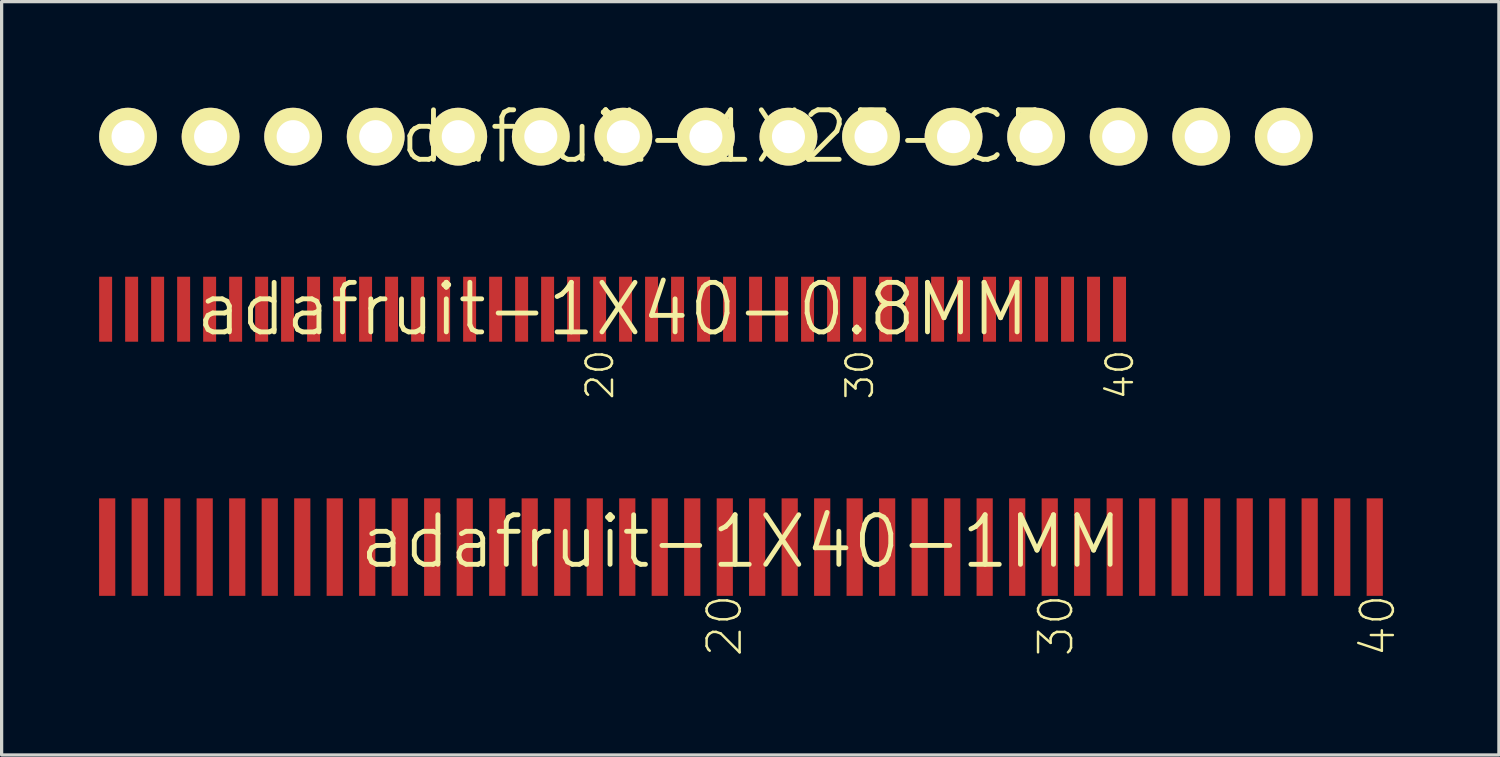
<source format=kicad_pcb>
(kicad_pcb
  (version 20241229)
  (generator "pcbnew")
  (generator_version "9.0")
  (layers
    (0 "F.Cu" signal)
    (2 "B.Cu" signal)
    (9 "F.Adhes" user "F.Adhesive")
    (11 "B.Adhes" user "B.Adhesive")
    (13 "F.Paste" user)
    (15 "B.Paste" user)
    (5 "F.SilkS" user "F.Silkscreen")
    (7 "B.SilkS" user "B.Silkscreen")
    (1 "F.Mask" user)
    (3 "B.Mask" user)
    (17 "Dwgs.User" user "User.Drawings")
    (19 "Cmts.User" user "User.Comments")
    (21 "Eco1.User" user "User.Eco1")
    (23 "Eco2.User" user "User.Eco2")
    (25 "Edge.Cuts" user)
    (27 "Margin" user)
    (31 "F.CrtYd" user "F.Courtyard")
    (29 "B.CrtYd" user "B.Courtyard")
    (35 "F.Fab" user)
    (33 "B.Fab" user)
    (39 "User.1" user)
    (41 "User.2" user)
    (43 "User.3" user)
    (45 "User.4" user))
  (footprint "adafruit-1X40-0.8MM"
    (layer "F.Cu")
    (at 15.798 6.464)
    (property "Reference" "adafruit-1X40-0.8MM" (at 0 0 0) (layer "F.SilkS") (effects (font (size 1.524 1.524) (thickness 0.15))))
    (attr smd)
    (fp_text user "20" (at -0.391 2.012 270) (layer "F.SilkS") (effects (font (size 0.813 0.813) (thickness 0.076))))
    (fp_text user "40" (at 15.606 2.012 270) (layer "F.SilkS") (effects (font (size 0.813 0.813) (thickness 0.076))))
    (fp_text user "30" (at 7.605 2.012 270) (layer "F.SilkS") (effects (font (size 0.813 0.813) (thickness 0.076))))
    (pad "1" smd rect (at -15.598 0 90) (size 1.999 0.399) (layers "F.Cu" "F.Mask" "F.Paste"))
    (pad "2" smd rect (at -14.798 0 90) (size 1.999 0.399) (layers "F.Cu" "F.Mask" "F.Paste"))
    (pad "3" smd rect (at -13.998 0 90) (size 1.999 0.399) (layers "F.Cu" "F.Mask" "F.Paste"))
    (pad "4" smd rect (at -13.198 0 90) (size 1.999 0.399) (layers "F.Cu" "F.Mask" "F.Paste"))
    (pad "5" smd rect (at -12.398 0 90) (size 1.999 0.399) (layers "F.Cu" "F.Mask" "F.Paste"))
    (pad "6" smd rect (at -11.598 0 90) (size 1.999 0.399) (layers "F.Cu" "F.Mask" "F.Paste"))
    (pad "7" smd rect (at -10.798 0 90) (size 1.999 0.399) (layers "F.Cu" "F.Mask" "F.Paste"))
    (pad "8" smd rect (at -10 0 90) (size 1.999 0.399) (layers "F.Cu" "F.Mask" "F.Paste"))
    (pad "9" smd rect (at -9.2 0 90) (size 1.999 0.399) (layers "F.Cu" "F.Mask" "F.Paste"))
    (pad "10" smd rect (at -8.4 0 90) (size 1.999 0.399) (layers "F.Cu" "F.Mask" "F.Paste"))
    (pad "11" smd rect (at -7.6 0 90) (size 1.999 0.399) (layers "F.Cu" "F.Mask" "F.Paste"))
    (pad "12" smd rect (at -6.8 0 90) (size 1.999 0.399) (layers "F.Cu" "F.Mask" "F.Paste"))
    (pad "13" smd rect (at -5.999 0 90) (size 1.999 0.399) (layers "F.Cu" "F.Mask" "F.Paste"))
    (pad "14" smd rect (at -5.199 0 90) (size 1.999 0.399) (layers "F.Cu" "F.Mask" "F.Paste"))
    (pad "15" smd rect (at -4.399 0 90) (size 1.999 0.399) (layers "F.Cu" "F.Mask" "F.Paste"))
    (pad "16" smd rect (at -3.599 0 90) (size 1.999 0.399) (layers "F.Cu" "F.Mask" "F.Paste"))
    (pad "17" smd rect (at -2.799 0 90) (size 1.999 0.399) (layers "F.Cu" "F.Mask" "F.Paste"))
    (pad "18" smd rect (at -1.999 0 90) (size 1.999 0.399) (layers "F.Cu" "F.Mask" "F.Paste"))
    (pad "19" smd rect (at -1.199 0 90) (size 1.999 0.399) (layers "F.Cu" "F.Mask" "F.Paste"))
    (pad "20" smd rect (at -0.399 0 90) (size 1.999 0.399) (layers "F.Cu" "F.Mask" "F.Paste"))
    (pad "21" smd rect (at 0.399 0 90) (size 1.999 0.399) (layers "F.Cu" "F.Mask" "F.Paste"))
    (pad "22" smd rect (at 1.199 0 90) (size 1.999 0.399) (layers "F.Cu" "F.Mask" "F.Paste"))
    (pad "23" smd rect (at 1.999 0 90) (size 1.999 0.399) (layers "F.Cu" "F.Mask" "F.Paste"))
    (pad "24" smd rect (at 2.799 0 90) (size 1.999 0.399) (layers "F.Cu" "F.Mask" "F.Paste"))
    (pad "25" smd rect (at 3.599 0 90) (size 1.999 0.399) (layers "F.Cu" "F.Mask" "F.Paste"))
    (pad "26" smd rect (at 4.399 0 90) (size 1.999 0.399) (layers "F.Cu" "F.Mask" "F.Paste"))
    (pad "27" smd rect (at 5.199 0 90) (size 1.999 0.399) (layers "F.Cu" "F.Mask" "F.Paste"))
    (pad "28" smd rect (at 5.999 0 90) (size 1.999 0.399) (layers "F.Cu" "F.Mask" "F.Paste"))
    (pad "29" smd rect (at 6.8 0 90) (size 1.999 0.399) (layers "F.Cu" "F.Mask" "F.Paste"))
    (pad "30" smd rect (at 7.6 0 90) (size 1.999 0.399) (layers "F.Cu" "F.Mask" "F.Paste"))
    (pad "31" smd rect (at 8.4 0 90) (size 1.999 0.399) (layers "F.Cu" "F.Mask" "F.Paste"))
    (pad "32" smd rect (at 9.2 0 90) (size 1.999 0.399) (layers "F.Cu" "F.Mask" "F.Paste"))
    (pad "33" smd rect (at 10 0 90) (size 1.999 0.399) (layers "F.Cu" "F.Mask" "F.Paste"))
    (pad "34" smd rect (at 10.798 0 90) (size 1.999 0.399) (layers "F.Cu" "F.Mask" "F.Paste"))
    (pad "35" smd rect (at 11.598 0 90) (size 1.999 0.399) (layers "F.Cu" "F.Mask" "F.Paste"))
    (pad "36" smd rect (at 12.398 0 90) (size 1.999 0.399) (layers "F.Cu" "F.Mask" "F.Paste"))
    (pad "37" smd rect (at 13.198 0 90) (size 1.999 0.399) (layers "F.Cu" "F.Mask" "F.Paste"))
    (pad "38" smd rect (at 13.998 0 90) (size 1.999 0.399) (layers "F.Cu" "F.Mask" "F.Paste"))
    (pad "39" smd rect (at 14.798 0 90) (size 1.999 0.399) (layers "F.Cu" "F.Mask" "F.Paste"))
    (pad "40" smd rect (at 15.598 0 90) (size 1.999 0.399) (layers "F.Cu" "F.Mask" "F.Paste")))
  (footprint "adafruit-1X25-CB"
    (layer "F.Cu")
    (at 18.669 1.155)
    (property "Reference" "adafruit-1X25-CB" (at 0 0 0) (layer "F.SilkS") (effects (font (size 1.524 1.524) (thickness 0.15))))
    (attr exclude_from_pos_files exclude_from_bom)
    (pad "1" thru_hole circle (at -17.78 0) (size 1.778 1.778) (drill 1.016) (layers "*.Cu" "F.Mask" "F.SilkS" "F.Paste"))
    (pad "2" thru_hole circle (at -15.24 0) (size 1.778 1.778) (drill 1.016) (layers "*.Cu" "F.Mask" "F.SilkS" "F.Paste"))
    (pad "3" thru_hole circle (at -12.7 0) (size 1.778 1.778) (drill 1.016) (layers "*.Cu" "F.Mask" "F.SilkS" "F.Paste"))
    (pad "4" thru_hole circle (at -10.16 0) (size 1.778 1.778) (drill 1.016) (layers "*.Cu" "F.Mask" "F.SilkS" "F.Paste"))
    (pad "5" thru_hole circle (at -7.62 0) (size 1.778 1.778) (drill 1.016) (layers "*.Cu" "F.Mask" "F.SilkS" "F.Paste"))
    (pad "6" thru_hole circle (at -5.08 0) (size 1.778 1.778) (drill 1.016) (layers "*.Cu" "F.Mask" "F.SilkS" "F.Paste"))
    (pad "7" thru_hole circle (at -2.54 0) (size 1.778 1.778) (drill 1.016) (layers "*.Cu" "F.Mask" "F.SilkS" "F.Paste"))
    (pad "8" thru_hole circle (at 0 0) (size 1.778 1.778) (drill 1.016) (layers "*.Cu" "F.Mask" "F.SilkS" "F.Paste"))
    (pad "9" thru_hole circle (at 2.54 0) (size 1.778 1.778) (drill 1.016) (layers "*.Cu" "F.Mask" "F.SilkS" "F.Paste"))
    (pad "10" thru_hole circle (at 5.08 0) (size 1.778 1.778) (drill 1.016) (layers "*.Cu" "F.Mask" "F.SilkS" "F.Paste"))
    (pad "11" thru_hole circle (at 7.62 0) (size 1.778 1.778) (drill 1.016) (layers "*.Cu" "F.Mask" "F.SilkS" "F.Paste"))
    (pad "12" thru_hole circle (at 10.16 0) (size 1.778 1.778) (drill 1.016) (layers "*.Cu" "F.Mask" "F.SilkS" "F.Paste"))
    (pad "13" thru_hole circle (at 12.7 0) (size 1.778 1.778) (drill 1.016) (layers "*.Cu" "F.Mask" "F.SilkS" "F.Paste"))
    (pad "14" thru_hole circle (at 15.24 0) (size 1.778 1.778) (drill 1.016) (layers "*.Cu" "F.Mask" "F.SilkS" "F.Paste"))
    (pad "15" thru_hole circle (at 17.78 0) (size 1.778 1.778) (drill 1.016) (layers "*.Cu" "F.Mask" "F.SilkS" "F.Paste")))
  (footprint "adafruit-1X40-1MM"
    (layer "F.Cu")
    (at 19.748 13.615)
    (property "Reference" "adafruit-1X40-1MM" (at 0 0 0) (layer "F.SilkS") (effects (font (size 1.524 1.524) (thickness 0.15))))
    (attr smd)
    (fp_text user "20" (at -0.508 2.583 90) (layer "F.SilkS") (effects (font (size 1.016 1.016) (thickness 0.076))))
    (fp_text user "40" (at 19.591 2.583 90) (layer "F.SilkS") (effects (font (size 1.016 1.016) (thickness 0.076))))
    (fp_text user "30" (at 9.69 2.583 90) (layer "F.SilkS") (effects (font (size 1.016 1.016) (thickness 0.076))))
    (pad "1" smd rect (at -19.5 0.168) (size 0.498 3) (layers "F.Cu" "F.Mask" "F.Paste"))
    (pad "2" smd rect (at -18.499 0.168) (size 0.498 3) (layers "F.Cu" "F.Mask" "F.Paste"))
    (pad "3" smd rect (at -17.498 0.168) (size 0.498 3) (layers "F.Cu" "F.Mask" "F.Paste"))
    (pad "4" smd rect (at -16.5 0.168) (size 0.498 3) (layers "F.Cu" "F.Mask" "F.Paste"))
    (pad "5" smd rect (at -15.499 0.168) (size 0.498 3) (layers "F.Cu" "F.Mask" "F.Paste"))
    (pad "6" smd rect (at -14.498 0.168) (size 0.498 3) (layers "F.Cu" "F.Mask" "F.Paste"))
    (pad "7" smd rect (at -13.498 0.168) (size 0.498 3) (layers "F.Cu" "F.Mask" "F.Paste"))
    (pad "8" smd rect (at -12.499 0.168) (size 0.498 3) (layers "F.Cu" "F.Mask" "F.Paste"))
    (pad "9" smd rect (at -11.499 0.168) (size 0.498 3) (layers "F.Cu" "F.Mask" "F.Paste"))
    (pad "10" smd rect (at -10.498 0.168) (size 0.498 3) (layers "F.Cu" "F.Mask" "F.Paste"))
    (pad "11" smd rect (at -9.5 0.168) (size 0.498 3) (layers "F.Cu" "F.Mask" "F.Paste"))
    (pad "12" smd rect (at -8.499 0.168) (size 0.498 3) (layers "F.Cu" "F.Mask" "F.Paste"))
    (pad "13" smd rect (at -7.498 0.168) (size 0.498 3) (layers "F.Cu" "F.Mask" "F.Paste"))
    (pad "14" smd rect (at -6.5 0.168) (size 0.498 3) (layers "F.Cu" "F.Mask" "F.Paste"))
    (pad "15" smd rect (at -5.499 0.168) (size 0.498 3) (layers "F.Cu" "F.Mask" "F.Paste"))
    (pad "16" smd rect (at -4.498 0.168) (size 0.498 3) (layers "F.Cu" "F.Mask" "F.Paste"))
    (pad "17" smd rect (at -3.498 0.168) (size 0.498 3) (layers "F.Cu" "F.Mask" "F.Paste"))
    (pad "18" smd rect (at -2.499 0.168) (size 0.498 3) (layers "F.Cu" "F.Mask" "F.Paste"))
    (pad "19" smd rect (at -1.499 0.168) (size 0.498 3) (layers "F.Cu" "F.Mask" "F.Paste"))
    (pad "20" smd rect (at -0.498 0.168) (size 0.498 3) (layers "F.Cu" "F.Mask" "F.Paste"))
    (pad "21" smd rect (at 0.498 0.168) (size 0.498 3) (layers "F.Cu" "F.Mask" "F.Paste"))
    (pad "22" smd rect (at 1.499 0.168) (size 0.498 3) (layers "F.Cu" "F.Mask" "F.Paste"))
    (pad "23" smd rect (at 2.499 0.168) (size 0.498 3) (layers "F.Cu" "F.Mask" "F.Paste"))
    (pad "24" smd rect (at 3.498 0.168) (size 0.498 3) (layers "F.Cu" "F.Mask" "F.Paste"))
    (pad "25" smd rect (at 4.498 0.168) (size 0.498 3) (layers "F.Cu" "F.Mask" "F.Paste"))
    (pad "26" smd rect (at 5.499 0.168) (size 0.498 3) (layers "F.Cu" "F.Mask" "F.Paste"))
    (pad "27" smd rect (at 6.5 0.168) (size 0.498 3) (layers "F.Cu" "F.Mask" "F.Paste"))
    (pad "28" smd rect (at 7.498 0.168) (size 0.498 3) (layers "F.Cu" "F.Mask" "F.Paste"))
    (pad "29" smd rect (at 8.499 0.168) (size 0.498 3) (layers "F.Cu" "F.Mask" "F.Paste"))
    (pad "30" smd rect (at 9.5 0.168) (size 0.498 3) (layers "F.Cu" "F.Mask" "F.Paste"))
    (pad "31" smd rect (at 10.498 0.168) (size 0.498 3) (layers "F.Cu" "F.Mask" "F.Paste"))
    (pad "32" smd rect (at 11.499 0.168) (size 0.498 3) (layers "F.Cu" "F.Mask" "F.Paste"))
    (pad "33" smd rect (at 12.499 0.168) (size 0.498 3) (layers "F.Cu" "F.Mask" "F.Paste"))
    (pad "34" smd rect (at 13.498 0.168) (size 0.498 3) (layers "F.Cu" "F.Mask" "F.Paste"))
    (pad "35" smd rect (at 14.498 0.168) (size 0.498 3) (layers "F.Cu" "F.Mask" "F.Paste"))
    (pad "36" smd rect (at 15.499 0.168) (size 0.498 3) (layers "F.Cu" "F.Mask" "F.Paste"))
    (pad "37" smd rect (at 16.5 0.168) (size 0.498 3) (layers "F.Cu" "F.Mask" "F.Paste"))
    (pad "38" smd rect (at 17.498 0.168) (size 0.498 3) (layers "F.Cu" "F.Mask" "F.Paste"))
    (pad "39" smd rect (at 18.499 0.168) (size 0.498 3) (layers "F.Cu" "F.Mask" "F.Paste"))
    (pad "40" smd rect (at 19.5 0.168) (size 0.498 3) (layers "F.Cu" "F.Mask" "F.Paste")))
  (gr_rect
    (start -3 -3)
    (end 43.068 20.179)
    (stroke (width 0.1) (type default))
    (fill no)
    (layer "Edge.Cuts")))
</source>
